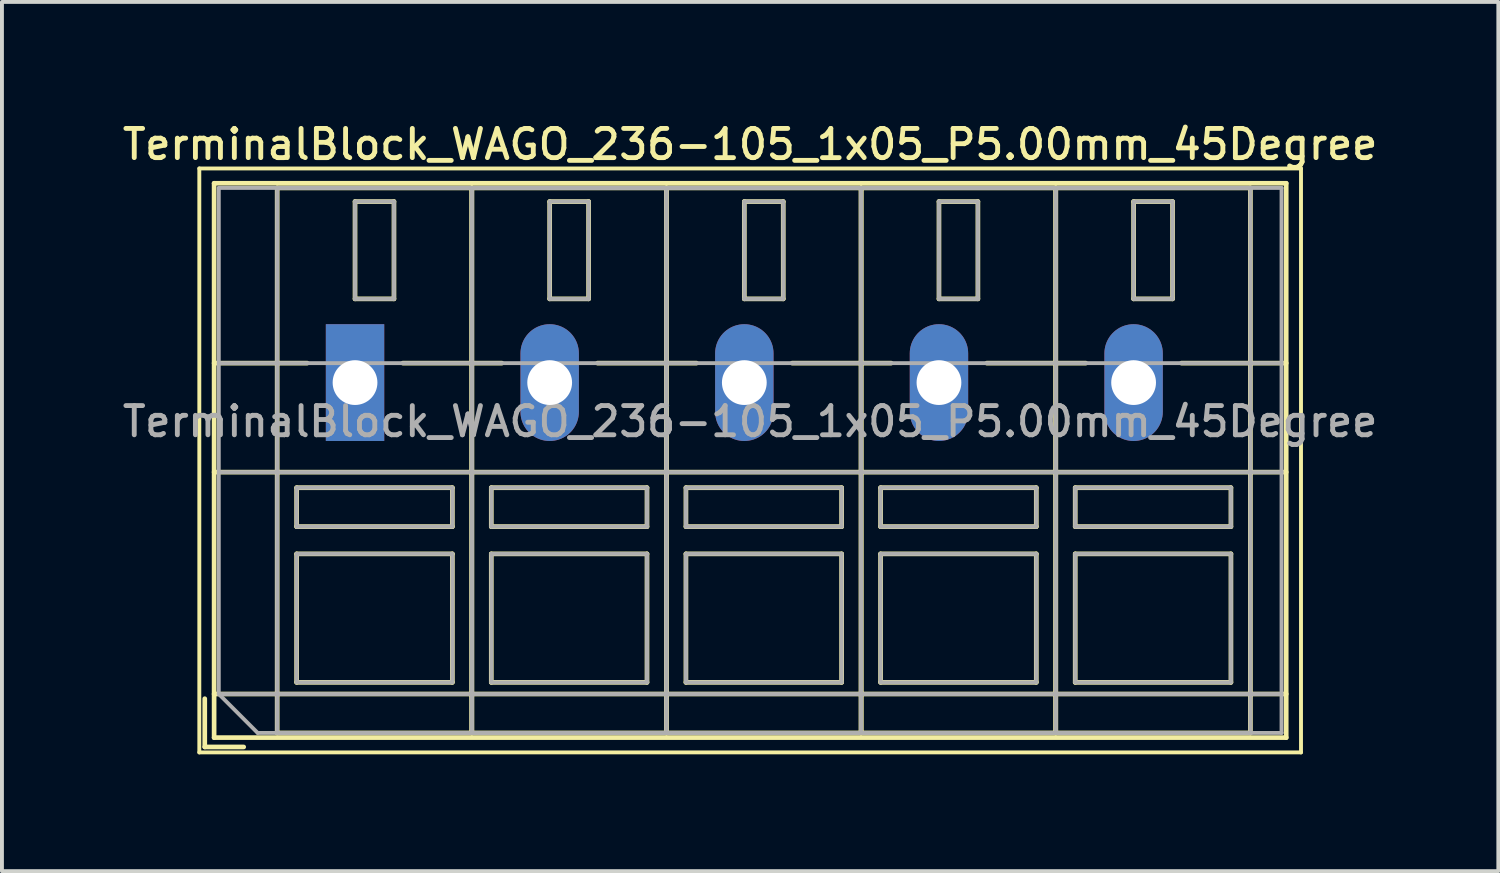
<source format=kicad_pcb>
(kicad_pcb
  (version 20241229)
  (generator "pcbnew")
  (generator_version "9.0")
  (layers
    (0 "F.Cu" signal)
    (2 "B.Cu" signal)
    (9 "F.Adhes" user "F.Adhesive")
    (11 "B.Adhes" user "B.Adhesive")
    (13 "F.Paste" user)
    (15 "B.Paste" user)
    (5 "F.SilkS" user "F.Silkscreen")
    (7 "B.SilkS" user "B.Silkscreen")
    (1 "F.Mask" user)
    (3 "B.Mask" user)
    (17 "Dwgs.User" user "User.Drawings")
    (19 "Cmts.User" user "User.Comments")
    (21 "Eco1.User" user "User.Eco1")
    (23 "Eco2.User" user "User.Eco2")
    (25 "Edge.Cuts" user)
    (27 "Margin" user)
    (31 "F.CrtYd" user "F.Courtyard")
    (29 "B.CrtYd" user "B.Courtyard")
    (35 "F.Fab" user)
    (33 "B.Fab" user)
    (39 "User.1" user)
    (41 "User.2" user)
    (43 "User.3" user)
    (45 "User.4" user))
  (footprint "TerminalBlock_WAGO_236-105_1x05_P5.00mm_45Degree"
    (layer "F.Cu")
    (at 6.07 6.778)
    (property "Reference" "TerminalBlock_WAGO_236-105_1x05_P5.00mm_45Degree" (at 10.15 -6.12 0) (layer "F.SilkS") (effects (font (size 0.75 0.75) (thickness 0.125))))
    (attr through_hole)
    (fp_line (start -4 -5.5) (end -4 9.5) (stroke (width 0.1) (type solid)) (layer "F.SilkS"))
    (fp_line (start -4 9.5) (end 24.3 9.5) (stroke (width 0.1) (type solid)) (layer "F.SilkS"))
    (fp_line (start -3.86 8.12) (end -3.86 9.36) (stroke (width 0.12) (type solid)) (layer "F.SilkS"))
    (fp_line (start -3.86 9.36) (end -2.86 9.36) (stroke (width 0.12) (type solid)) (layer "F.SilkS"))
    (fp_line (start -3.62 -5.12) (end -3.62 9.12) (stroke (width 0.12) (type solid)) (layer "F.SilkS"))
    (fp_line (start -3.62 -5.12) (end 23.92 -5.12) (stroke (width 0.12) (type solid)) (layer "F.SilkS"))
    (fp_line (start -3.62 -0.5) (end -1.23 -0.5) (stroke (width 0.12) (type solid)) (layer "F.SilkS"))
    (fp_line (start -3.62 2.3) (end 23.92 2.3) (stroke (width 0.12) (type solid)) (layer "F.SilkS"))
    (fp_line (start -3.62 8) (end 23.92 8) (stroke (width 0.12) (type solid)) (layer "F.SilkS"))
    (fp_line (start -3.62 9.12) (end 23.92 9.12) (stroke (width 0.12) (type solid)) (layer "F.SilkS"))
    (fp_line (start -2 -5) (end -2 9) (stroke (width 0.12) (type solid)) (layer "F.SilkS"))
    (fp_line (start -2 -5) (end 3 -5) (stroke (width 0.12) (type solid)) (layer "F.SilkS"))
    (fp_line (start -2 9) (end 3 9) (stroke (width 0.12) (type solid)) (layer "F.SilkS"))
    (fp_line (start -1.5 2.7) (end -1.5 3.7) (stroke (width 0.12) (type solid)) (layer "F.SilkS"))
    (fp_line (start -1.5 2.7) (end 2.5 2.7) (stroke (width 0.12) (type solid)) (layer "F.SilkS"))
    (fp_line (start -1.5 3.7) (end 2.5 3.7) (stroke (width 0.12) (type solid)) (layer "F.SilkS"))
    (fp_line (start -1.5 4.4) (end -1.5 7.7) (stroke (width 0.12) (type solid)) (layer "F.SilkS"))
    (fp_line (start -1.5 4.4) (end 2.5 4.4) (stroke (width 0.12) (type solid)) (layer "F.SilkS"))
    (fp_line (start -1.5 7.7) (end 2.5 7.7) (stroke (width 0.12) (type solid)) (layer "F.SilkS"))
    (fp_line (start 0 -4.65) (end 0 -2.151) (stroke (width 0.12) (type solid)) (layer "F.SilkS"))
    (fp_line (start 0 -4.65) (end 1 -4.65) (stroke (width 0.12) (type solid)) (layer "F.SilkS"))
    (fp_line (start 0 -2.151) (end 1 -2.151) (stroke (width 0.12) (type solid)) (layer "F.SilkS"))
    (fp_line (start 1 -4.65) (end 1 -2.151) (stroke (width 0.12) (type solid)) (layer "F.SilkS"))
    (fp_line (start 1.23 -0.5) (end 3.77 -0.5) (stroke (width 0.12) (type solid)) (layer "F.SilkS"))
    (fp_line (start 2.5 2.7) (end 2.5 3.7) (stroke (width 0.12) (type solid)) (layer "F.SilkS"))
    (fp_line (start 2.5 4.4) (end 2.5 7.7) (stroke (width 0.12) (type solid)) (layer "F.SilkS"))
    (fp_line (start 3 -5) (end 3 9) (stroke (width 0.12) (type solid)) (layer "F.SilkS"))
    (fp_line (start 3 -5) (end 3 9) (stroke (width 0.12) (type solid)) (layer "F.SilkS"))
    (fp_line (start 3 -5) (end 8 -5) (stroke (width 0.12) (type solid)) (layer "F.SilkS"))
    (fp_line (start 3 9) (end 8 9) (stroke (width 0.12) (type solid)) (layer "F.SilkS"))
    (fp_line (start 3.5 2.7) (end 3.5 3.7) (stroke (width 0.12) (type solid)) (layer "F.SilkS"))
    (fp_line (start 3.5 2.7) (end 7.5 2.7) (stroke (width 0.12) (type solid)) (layer "F.SilkS"))
    (fp_line (start 3.5 3.7) (end 7.5 3.7) (stroke (width 0.12) (type solid)) (layer "F.SilkS"))
    (fp_line (start 3.5 4.4) (end 3.5 7.7) (stroke (width 0.12) (type solid)) (layer "F.SilkS"))
    (fp_line (start 3.5 4.4) (end 7.5 4.4) (stroke (width 0.12) (type solid)) (layer "F.SilkS"))
    (fp_line (start 3.5 7.7) (end 7.5 7.7) (stroke (width 0.12) (type solid)) (layer "F.SilkS"))
    (fp_line (start 5 -4.65) (end 5 -2.151) (stroke (width 0.12) (type solid)) (layer "F.SilkS"))
    (fp_line (start 5 -4.65) (end 6 -4.65) (stroke (width 0.12) (type solid)) (layer "F.SilkS"))
    (fp_line (start 5 -2.151) (end 6 -2.151) (stroke (width 0.12) (type solid)) (layer "F.SilkS"))
    (fp_line (start 6 -4.65) (end 6 -2.151) (stroke (width 0.12) (type solid)) (layer "F.SilkS"))
    (fp_line (start 6.23 -0.5) (end 8.77 -0.5) (stroke (width 0.12) (type solid)) (layer "F.SilkS"))
    (fp_line (start 7.5 2.7) (end 7.5 3.7) (stroke (width 0.12) (type solid)) (layer "F.SilkS"))
    (fp_line (start 7.5 4.4) (end 7.5 7.7) (stroke (width 0.12) (type solid)) (layer "F.SilkS"))
    (fp_line (start 8 -5) (end 8 9) (stroke (width 0.12) (type solid)) (layer "F.SilkS"))
    (fp_line (start 8 -5) (end 8 9) (stroke (width 0.12) (type solid)) (layer "F.SilkS"))
    (fp_line (start 8 -5) (end 13 -5) (stroke (width 0.12) (type solid)) (layer "F.SilkS"))
    (fp_line (start 8 9) (end 13 9) (stroke (width 0.12) (type solid)) (layer "F.SilkS"))
    (fp_line (start 8.5 2.7) (end 8.5 3.7) (stroke (width 0.12) (type solid)) (layer "F.SilkS"))
    (fp_line (start 8.5 2.7) (end 12.5 2.7) (stroke (width 0.12) (type solid)) (layer "F.SilkS"))
    (fp_line (start 8.5 3.7) (end 12.5 3.7) (stroke (width 0.12) (type solid)) (layer "F.SilkS"))
    (fp_line (start 8.5 4.4) (end 8.5 7.7) (stroke (width 0.12) (type solid)) (layer "F.SilkS"))
    (fp_line (start 8.5 4.4) (end 12.5 4.4) (stroke (width 0.12) (type solid)) (layer "F.SilkS"))
    (fp_line (start 8.5 7.7) (end 12.5 7.7) (stroke (width 0.12) (type solid)) (layer "F.SilkS"))
    (fp_line (start 10 -4.65) (end 10 -2.151) (stroke (width 0.12) (type solid)) (layer "F.SilkS"))
    (fp_line (start 10 -4.65) (end 11 -4.65) (stroke (width 0.12) (type solid)) (layer "F.SilkS"))
    (fp_line (start 10 -2.151) (end 11 -2.151) (stroke (width 0.12) (type solid)) (layer "F.SilkS"))
    (fp_line (start 11 -4.65) (end 11 -2.151) (stroke (width 0.12) (type solid)) (layer "F.SilkS"))
    (fp_line (start 11.23 -0.5) (end 13.77 -0.5) (stroke (width 0.12) (type solid)) (layer "F.SilkS"))
    (fp_line (start 12.5 2.7) (end 12.5 3.7) (stroke (width 0.12) (type solid)) (layer "F.SilkS"))
    (fp_line (start 12.5 4.4) (end 12.5 7.7) (stroke (width 0.12) (type solid)) (layer "F.SilkS"))
    (fp_line (start 13 -5) (end 13 9) (stroke (width 0.12) (type solid)) (layer "F.SilkS"))
    (fp_line (start 13 -5) (end 13 9) (stroke (width 0.12) (type solid)) (layer "F.SilkS"))
    (fp_line (start 13 -5) (end 18 -5) (stroke (width 0.12) (type solid)) (layer "F.SilkS"))
    (fp_line (start 13 9) (end 18 9) (stroke (width 0.12) (type solid)) (layer "F.SilkS"))
    (fp_line (start 13.5 2.7) (end 13.5 3.7) (stroke (width 0.12) (type solid)) (layer "F.SilkS"))
    (fp_line (start 13.5 2.7) (end 17.5 2.7) (stroke (width 0.12) (type solid)) (layer "F.SilkS"))
    (fp_line (start 13.5 3.7) (end 17.5 3.7) (stroke (width 0.12) (type solid)) (layer "F.SilkS"))
    (fp_line (start 13.5 4.4) (end 13.5 7.7) (stroke (width 0.12) (type solid)) (layer "F.SilkS"))
    (fp_line (start 13.5 4.4) (end 17.5 4.4) (stroke (width 0.12) (type solid)) (layer "F.SilkS"))
    (fp_line (start 13.5 7.7) (end 17.5 7.7) (stroke (width 0.12) (type solid)) (layer "F.SilkS"))
    (fp_line (start 15 -4.65) (end 15 -2.151) (stroke (width 0.12) (type solid)) (layer "F.SilkS"))
    (fp_line (start 15 -4.65) (end 16 -4.65) (stroke (width 0.12) (type solid)) (layer "F.SilkS"))
    (fp_line (start 15 -2.151) (end 16 -2.151) (stroke (width 0.12) (type solid)) (layer "F.SilkS"))
    (fp_line (start 16 -4.65) (end 16 -2.151) (stroke (width 0.12) (type solid)) (layer "F.SilkS"))
    (fp_line (start 16.23 -0.5) (end 18.77 -0.5) (stroke (width 0.12) (type solid)) (layer "F.SilkS"))
    (fp_line (start 17.5 2.7) (end 17.5 3.7) (stroke (width 0.12) (type solid)) (layer "F.SilkS"))
    (fp_line (start 17.5 4.4) (end 17.5 7.7) (stroke (width 0.12) (type solid)) (layer "F.SilkS"))
    (fp_line (start 18 -5) (end 18 9) (stroke (width 0.12) (type solid)) (layer "F.SilkS"))
    (fp_line (start 18 -5) (end 18 9) (stroke (width 0.12) (type solid)) (layer "F.SilkS"))
    (fp_line (start 18 -5) (end 23 -5) (stroke (width 0.12) (type solid)) (layer "F.SilkS"))
    (fp_line (start 18 9) (end 23 9) (stroke (width 0.12) (type solid)) (layer "F.SilkS"))
    (fp_line (start 18.5 2.7) (end 18.5 3.7) (stroke (width 0.12) (type solid)) (layer "F.SilkS"))
    (fp_line (start 18.5 2.7) (end 22.5 2.7) (stroke (width 0.12) (type solid)) (layer "F.SilkS"))
    (fp_line (start 18.5 3.7) (end 22.5 3.7) (stroke (width 0.12) (type solid)) (layer "F.SilkS"))
    (fp_line (start 18.5 4.4) (end 18.5 7.7) (stroke (width 0.12) (type solid)) (layer "F.SilkS"))
    (fp_line (start 18.5 4.4) (end 22.5 4.4) (stroke (width 0.12) (type solid)) (layer "F.SilkS"))
    (fp_line (start 18.5 7.7) (end 22.5 7.7) (stroke (width 0.12) (type solid)) (layer "F.SilkS"))
    (fp_line (start 20 -4.65) (end 20 -2.151) (stroke (width 0.12) (type solid)) (layer "F.SilkS"))
    (fp_line (start 20 -4.65) (end 21 -4.65) (stroke (width 0.12) (type solid)) (layer "F.SilkS"))
    (fp_line (start 20 -2.151) (end 21 -2.151) (stroke (width 0.12) (type solid)) (layer "F.SilkS"))
    (fp_line (start 21 -4.65) (end 21 -2.151) (stroke (width 0.12) (type solid)) (layer "F.SilkS"))
    (fp_line (start 21.23 -0.5) (end 23.92 -0.5) (stroke (width 0.12) (type solid)) (layer "F.SilkS"))
    (fp_line (start 22.5 2.7) (end 22.5 3.7) (stroke (width 0.12) (type solid)) (layer "F.SilkS"))
    (fp_line (start 22.5 4.4) (end 22.5 7.7) (stroke (width 0.12) (type solid)) (layer "F.SilkS"))
    (fp_line (start 23 -5) (end 23 9) (stroke (width 0.12) (type solid)) (layer "F.SilkS"))
    (fp_line (start 23.92 -5.12) (end 23.92 9.12) (stroke (width 0.12) (type solid)) (layer "F.SilkS"))
    (fp_line (start 24.3 -5.5) (end -4 -5.5) (stroke (width 0.1) (type solid)) (layer "F.SilkS"))
    (fp_line (start 24.3 9.5) (end 24.3 -5.5) (stroke (width 0.1) (type solid)) (layer "F.SilkS"))
    (fp_line (start -3.5 -5) (end 23.8 -5) (stroke (width 0.1) (type solid)) (layer "F.Fab"))
    (fp_line (start -3.5 -0.5) (end 23.8 -0.5) (stroke (width 0.1) (type solid)) (layer "F.Fab"))
    (fp_line (start -3.5 2.3) (end 23.8 2.3) (stroke (width 0.1) (type solid)) (layer "F.Fab"))
    (fp_line (start -3.5 8) (end -3.5 -5) (stroke (width 0.1) (type solid)) (layer "F.Fab"))
    (fp_line (start -3.5 8) (end 23.8 8) (stroke (width 0.1) (type solid)) (layer "F.Fab"))
    (fp_line (start -2.5 9) (end -3.5 8) (stroke (width 0.1) (type solid)) (layer "F.Fab"))
    (fp_line (start -2 -5) (end -2 9) (stroke (width 0.1) (type solid)) (layer "F.Fab"))
    (fp_line (start -2 9) (end 3 9) (stroke (width 0.1) (type solid)) (layer "F.Fab"))
    (fp_line (start -1.5 2.7) (end -1.5 3.7) (stroke (width 0.1) (type solid)) (layer "F.Fab"))
    (fp_line (start -1.5 3.7) (end 2.5 3.7) (stroke (width 0.1) (type solid)) (layer "F.Fab"))
    (fp_line (start -1.5 4.4) (end -1.5 7.7) (stroke (width 0.1) (type solid)) (layer "F.Fab"))
    (fp_line (start -1.5 7.7) (end 2.5 7.7) (stroke (width 0.1) (type solid)) (layer "F.Fab"))
    (fp_line (start 0 -4.65) (end 0 -2.15) (stroke (width 0.1) (type solid)) (layer "F.Fab"))
    (fp_line (start 0 -2.15) (end 1 -2.15) (stroke (width 0.1) (type solid)) (layer "F.Fab"))
    (fp_line (start 1 -4.65) (end 0 -4.65) (stroke (width 0.1) (type solid)) (layer "F.Fab"))
    (fp_line (start 1 -2.15) (end 1 -4.65) (stroke (width 0.1) (type solid)) (layer "F.Fab"))
    (fp_line (start 2.5 2.7) (end -1.5 2.7) (stroke (width 0.1) (type solid)) (layer "F.Fab"))
    (fp_line (start 2.5 3.7) (end 2.5 2.7) (stroke (width 0.1) (type solid)) (layer "F.Fab"))
    (fp_line (start 2.5 4.4) (end -1.5 4.4) (stroke (width 0.1) (type solid)) (layer "F.Fab"))
    (fp_line (start 2.5 7.7) (end 2.5 4.4) (stroke (width 0.1) (type solid)) (layer "F.Fab"))
    (fp_line (start 3 -5) (end -2 -5) (stroke (width 0.1) (type solid)) (layer "F.Fab"))
    (fp_line (start 3 -5) (end 3 9) (stroke (width 0.1) (type solid)) (layer "F.Fab"))
    (fp_line (start 3 9) (end 3 -5) (stroke (width 0.1) (type solid)) (layer "F.Fab"))
    (fp_line (start 3 9) (end 8 9) (stroke (width 0.1) (type solid)) (layer "F.Fab"))
    (fp_line (start 3.5 2.7) (end 3.5 3.7) (stroke (width 0.1) (type solid)) (layer "F.Fab"))
    (fp_line (start 3.5 3.7) (end 7.5 3.7) (stroke (width 0.1) (type solid)) (layer "F.Fab"))
    (fp_line (start 3.5 4.4) (end 3.5 7.7) (stroke (width 0.1) (type solid)) (layer "F.Fab"))
    (fp_line (start 3.5 7.7) (end 7.5 7.7) (stroke (width 0.1) (type solid)) (layer "F.Fab"))
    (fp_line (start 5 -4.65) (end 5 -2.15) (stroke (width 0.1) (type solid)) (layer "F.Fab"))
    (fp_line (start 5 -2.15) (end 6 -2.15) (stroke (width 0.1) (type solid)) (layer "F.Fab"))
    (fp_line (start 6 -4.65) (end 5 -4.65) (stroke (width 0.1) (type solid)) (layer "F.Fab"))
    (fp_line (start 6 -2.15) (end 6 -4.65) (stroke (width 0.1) (type solid)) (layer "F.Fab"))
    (fp_line (start 7.5 2.7) (end 3.5 2.7) (stroke (width 0.1) (type solid)) (layer "F.Fab"))
    (fp_line (start 7.5 3.7) (end 7.5 2.7) (stroke (width 0.1) (type solid)) (layer "F.Fab"))
    (fp_line (start 7.5 4.4) (end 3.5 4.4) (stroke (width 0.1) (type solid)) (layer "F.Fab"))
    (fp_line (start 7.5 7.7) (end 7.5 4.4) (stroke (width 0.1) (type solid)) (layer "F.Fab"))
    (fp_line (start 8 -5) (end 3 -5) (stroke (width 0.1) (type solid)) (layer "F.Fab"))
    (fp_line (start 8 -5) (end 8 9) (stroke (width 0.1) (type solid)) (layer "F.Fab"))
    (fp_line (start 8 9) (end 8 -5) (stroke (width 0.1) (type solid)) (layer "F.Fab"))
    (fp_line (start 8 9) (end 13 9) (stroke (width 0.1) (type solid)) (layer "F.Fab"))
    (fp_line (start 8.5 2.7) (end 8.5 3.7) (stroke (width 0.1) (type solid)) (layer "F.Fab"))
    (fp_line (start 8.5 3.7) (end 12.5 3.7) (stroke (width 0.1) (type solid)) (layer "F.Fab"))
    (fp_line (start 8.5 4.4) (end 8.5 7.7) (stroke (width 0.1) (type solid)) (layer "F.Fab"))
    (fp_line (start 8.5 7.7) (end 12.5 7.7) (stroke (width 0.1) (type solid)) (layer "F.Fab"))
    (fp_line (start 10 -4.65) (end 10 -2.15) (stroke (width 0.1) (type solid)) (layer "F.Fab"))
    (fp_line (start 10 -2.15) (end 11 -2.15) (stroke (width 0.1) (type solid)) (layer "F.Fab"))
    (fp_line (start 11 -4.65) (end 10 -4.65) (stroke (width 0.1) (type solid)) (layer "F.Fab"))
    (fp_line (start 11 -2.15) (end 11 -4.65) (stroke (width 0.1) (type solid)) (layer "F.Fab"))
    (fp_line (start 12.5 2.7) (end 8.5 2.7) (stroke (width 0.1) (type solid)) (layer "F.Fab"))
    (fp_line (start 12.5 3.7) (end 12.5 2.7) (stroke (width 0.1) (type solid)) (layer "F.Fab"))
    (fp_line (start 12.5 4.4) (end 8.5 4.4) (stroke (width 0.1) (type solid)) (layer "F.Fab"))
    (fp_line (start 12.5 7.7) (end 12.5 4.4) (stroke (width 0.1) (type solid)) (layer "F.Fab"))
    (fp_line (start 13 -5) (end 8 -5) (stroke (width 0.1) (type solid)) (layer "F.Fab"))
    (fp_line (start 13 -5) (end 13 9) (stroke (width 0.1) (type solid)) (layer "F.Fab"))
    (fp_line (start 13 9) (end 13 -5) (stroke (width 0.1) (type solid)) (layer "F.Fab"))
    (fp_line (start 13 9) (end 18 9) (stroke (width 0.1) (type solid)) (layer "F.Fab"))
    (fp_line (start 13.5 2.7) (end 13.5 3.7) (stroke (width 0.1) (type solid)) (layer "F.Fab"))
    (fp_line (start 13.5 3.7) (end 17.5 3.7) (stroke (width 0.1) (type solid)) (layer "F.Fab"))
    (fp_line (start 13.5 4.4) (end 13.5 7.7) (stroke (width 0.1) (type solid)) (layer "F.Fab"))
    (fp_line (start 13.5 7.7) (end 17.5 7.7) (stroke (width 0.1) (type solid)) (layer "F.Fab"))
    (fp_line (start 15 -4.65) (end 15 -2.15) (stroke (width 0.1) (type solid)) (layer "F.Fab"))
    (fp_line (start 15 -2.15) (end 16 -2.15) (stroke (width 0.1) (type solid)) (layer "F.Fab"))
    (fp_line (start 16 -4.65) (end 15 -4.65) (stroke (width 0.1) (type solid)) (layer "F.Fab"))
    (fp_line (start 16 -2.15) (end 16 -4.65) (stroke (width 0.1) (type solid)) (layer "F.Fab"))
    (fp_line (start 17.5 2.7) (end 13.5 2.7) (stroke (width 0.1) (type solid)) (layer "F.Fab"))
    (fp_line (start 17.5 3.7) (end 17.5 2.7) (stroke (width 0.1) (type solid)) (layer "F.Fab"))
    (fp_line (start 17.5 4.4) (end 13.5 4.4) (stroke (width 0.1) (type solid)) (layer "F.Fab"))
    (fp_line (start 17.5 7.7) (end 17.5 4.4) (stroke (width 0.1) (type solid)) (layer "F.Fab"))
    (fp_line (start 18 -5) (end 13 -5) (stroke (width 0.1) (type solid)) (layer "F.Fab"))
    (fp_line (start 18 -5) (end 18 9) (stroke (width 0.1) (type solid)) (layer "F.Fab"))
    (fp_line (start 18 9) (end 18 -5) (stroke (width 0.1) (type solid)) (layer "F.Fab"))
    (fp_line (start 18 9) (end 23 9) (stroke (width 0.1) (type solid)) (layer "F.Fab"))
    (fp_line (start 18.5 2.7) (end 18.5 3.7) (stroke (width 0.1) (type solid)) (layer "F.Fab"))
    (fp_line (start 18.5 3.7) (end 22.5 3.7) (stroke (width 0.1) (type solid)) (layer "F.Fab"))
    (fp_line (start 18.5 4.4) (end 18.5 7.7) (stroke (width 0.1) (type solid)) (layer "F.Fab"))
    (fp_line (start 18.5 7.7) (end 22.5 7.7) (stroke (width 0.1) (type solid)) (layer "F.Fab"))
    (fp_line (start 20 -4.65) (end 20 -2.15) (stroke (width 0.1) (type solid)) (layer "F.Fab"))
    (fp_line (start 20 -2.15) (end 21 -2.15) (stroke (width 0.1) (type solid)) (layer "F.Fab"))
    (fp_line (start 21 -4.65) (end 20 -4.65) (stroke (width 0.1) (type solid)) (layer "F.Fab"))
    (fp_line (start 21 -2.15) (end 21 -4.65) (stroke (width 0.1) (type solid)) (layer "F.Fab"))
    (fp_line (start 22.5 2.7) (end 18.5 2.7) (stroke (width 0.1) (type solid)) (layer "F.Fab"))
    (fp_line (start 22.5 3.7) (end 22.5 2.7) (stroke (width 0.1) (type solid)) (layer "F.Fab"))
    (fp_line (start 22.5 4.4) (end 18.5 4.4) (stroke (width 0.1) (type solid)) (layer "F.Fab"))
    (fp_line (start 22.5 7.7) (end 22.5 4.4) (stroke (width 0.1) (type solid)) (layer "F.Fab"))
    (fp_line (start 23 -5) (end 18 -5) (stroke (width 0.1) (type solid)) (layer "F.Fab"))
    (fp_line (start 23 9) (end 23 -5) (stroke (width 0.1) (type solid)) (layer "F.Fab"))
    (fp_line (start 23.8 -5) (end 23.8 9) (stroke (width 0.1) (type solid)) (layer "F.Fab"))
    (fp_line (start 23.8 9) (end -2.5 9) (stroke (width 0.1) (type solid)) (layer "F.Fab"))
    (fp_text user "${REFERENCE}" (at 10.15 1 0) (layer "F.Fab") (effects (font (size 0.75 0.75) (thickness 0.125))))
    (pad "1" thru_hole rect (at 0 0) (size 1.5 3) (drill 1.15) (layers "*.Cu" "*.Mask"))
    (pad "2" thru_hole oval (at 5 0) (size 1.5 3) (drill 1.15) (layers "*.Cu" "*.Mask"))
    (pad "3" thru_hole oval (at 10 0) (size 1.5 3) (drill 1.15) (layers "*.Cu" "*.Mask"))
    (pad "4" thru_hole oval (at 15 0) (size 1.5 3) (drill 1.15) (layers "*.Cu" "*.Mask"))
    (pad "5" thru_hole oval (at 20 0) (size 1.5 3) (drill 1.15) (layers "*.Cu" "*.Mask")))
  (gr_rect
    (start -3 -3)
    (end 35.439 19.328)
    (stroke (width 0.1) (type default))
    (fill no)
    (layer "Edge.Cuts")))
</source>
